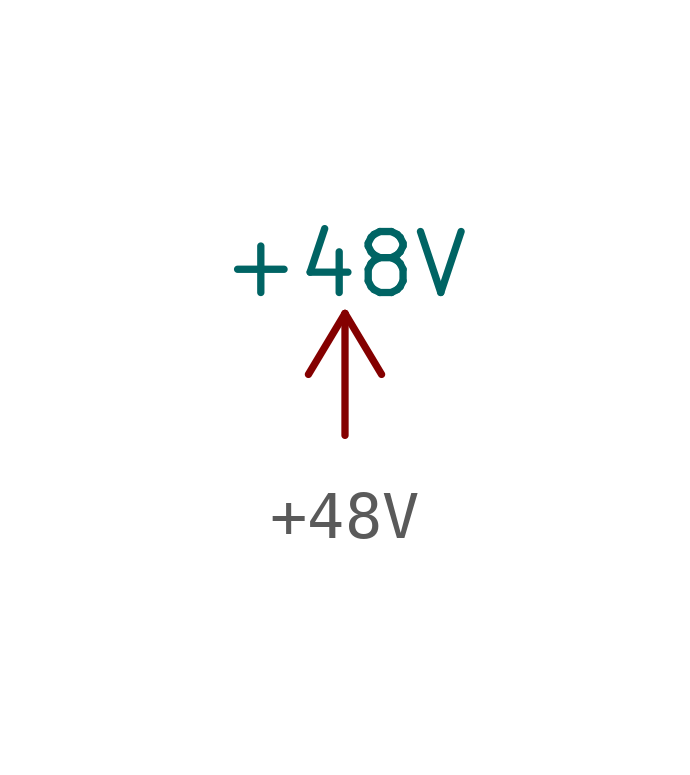
<source format=kicad_sym>
(kicad_symbol_lib
  (version 20211014)
  (generator kicad_symbol_editor)
  (symbol "power1:+48V"
    (power)
    (pin_names
      (offset 0))
    (property "Reference" "#PWR"
      (at 0 -3.81 0)
      (effects (font (size 1.27 1.27)) hide))
    (property "Value" "+48V"
      (at 0 3.556 0)
      (effects (font (size 1.27 1.27))))
    (symbol "+48V_0_1"
      (polyline (pts (xy -0.762 1.27) (xy 0 2.54)) (stroke (width 0) (type default) (color 0 0 0 0)) (fill (type none)))
      (polyline (pts (xy 0 0) (xy 0 2.54)) (stroke (width 0) (type default) (color 0 0 0 0)) (fill (type none)))
      (polyline (pts (xy 0 2.54) (xy 0.762 1.27)) (stroke (width 0) (type default) (color 0 0 0 0)) (fill (type none))))
    (symbol "+48V_1_1"
      (pin power_in line (at 0 0 90) (length 0) hide (name "+48V" (effects (font (size 1.27 1.27)))) (number "1" (effects (font (size 1.27 1.27))))))))
</source>
